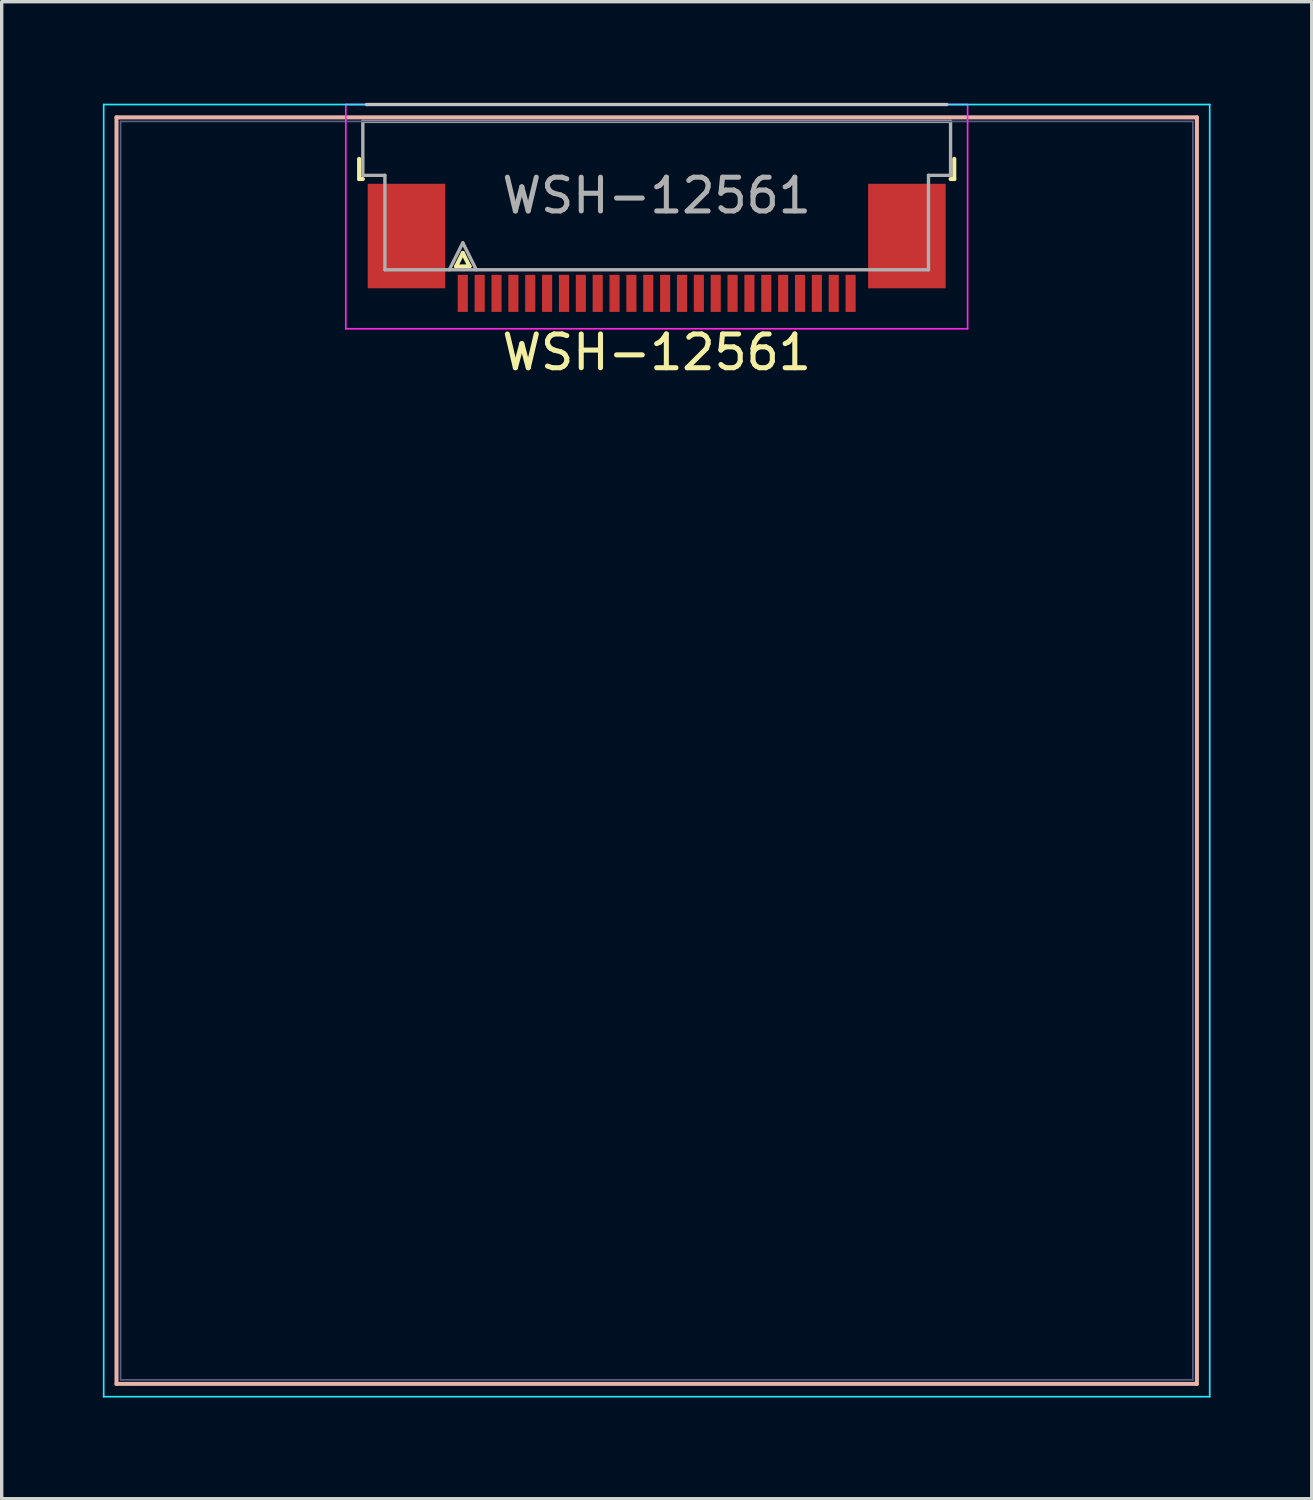
<source format=kicad_pcb>
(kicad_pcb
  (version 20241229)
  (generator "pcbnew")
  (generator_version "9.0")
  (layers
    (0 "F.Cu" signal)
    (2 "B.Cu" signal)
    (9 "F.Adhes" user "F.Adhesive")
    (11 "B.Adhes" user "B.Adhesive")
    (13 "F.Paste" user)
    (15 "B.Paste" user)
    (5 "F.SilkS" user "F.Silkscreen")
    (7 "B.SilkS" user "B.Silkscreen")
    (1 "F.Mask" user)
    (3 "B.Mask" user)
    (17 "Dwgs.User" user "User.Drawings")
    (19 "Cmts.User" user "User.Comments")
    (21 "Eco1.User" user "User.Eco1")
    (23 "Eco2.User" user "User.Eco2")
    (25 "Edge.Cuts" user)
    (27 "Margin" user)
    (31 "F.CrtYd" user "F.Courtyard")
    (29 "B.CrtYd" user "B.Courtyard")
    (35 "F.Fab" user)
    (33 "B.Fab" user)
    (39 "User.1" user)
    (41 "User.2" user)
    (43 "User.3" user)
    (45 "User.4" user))
  (footprint "WSH-12561"
    (layer "F.Cu")
    (at 16.425 18.8)
    (property "Reference" "WSH-12561" (at 0 -11.4 180) (layer "F.SilkS") (effects (font (size 1 1) (thickness 0.15))))
    (attr smd)
    (fp_line (start -8.825 -16.54) (end -8.825 -17.14) (stroke (width 0.12) (type solid)) (layer "F.SilkS"))
    (fp_line (start -8.715 -16.54) (end -8.825 -16.54) (stroke (width 0.12) (type solid)) (layer "F.SilkS"))
    (fp_line (start -5.95 -13.95) (end -5.55 -13.95) (stroke (width 0.12) (type solid)) (layer "F.SilkS"))
    (fp_line (start -5.75 -14.35) (end -5.95 -13.95) (stroke (width 0.12) (type solid)) (layer "F.SilkS"))
    (fp_line (start -5.55 -13.95) (end -5.75 -14.35) (stroke (width 0.12) (type solid)) (layer "F.SilkS"))
    (fp_line (start 8.715 -16.54) (end 8.825 -16.54) (stroke (width 0.12) (type solid)) (layer "F.SilkS"))
    (fp_line (start 8.825 -16.54) (end 8.825 -17.14) (stroke (width 0.12) (type solid)) (layer "F.SilkS"))
    (fp_line (start -16.02 -18.37) (end -16.02 19.19) (stroke (width 0.12) (type solid)) (layer "B.SilkS"))
    (fp_line (start 16.02 -18.37) (end -16.02 -18.37) (stroke (width 0.12) (type solid)) (layer "B.SilkS"))
    (fp_line (start 16.02 19.19) (end -16.02 19.19) (stroke (width 0.12) (type solid)) (layer "B.SilkS"))
    (fp_line (start 16.02 19.19) (end 16.02 -18.37) (stroke (width 0.12) (type solid)) (layer "B.SilkS"))
    (fp_line (start -8.605 -18.75) (end 8.605 -18.75) (stroke (width 0.1) (type solid)) (layer "Dwgs.User"))
    (fp_line (start -16.4 -18.75) (end -16.4 19.57) (stroke (width 0.05) (type solid)) (layer "B.CrtYd"))
    (fp_line (start 16.4 -18.75) (end -16.4 -18.75) (stroke (width 0.05) (type solid)) (layer "B.CrtYd"))
    (fp_line (start 16.4 19.57) (end -16.4 19.57) (stroke (width 0.05) (type solid)) (layer "B.CrtYd"))
    (fp_line (start 16.4 19.57) (end 16.4 -18.75) (stroke (width 0.05) (type solid)) (layer "B.CrtYd"))
    (fp_line (start -9.22 -18.75) (end -9.22 -12.1) (stroke (width 0.05) (type solid)) (layer "F.CrtYd"))
    (fp_line (start -9.22 -12.1) (end 9.22 -12.1) (stroke (width 0.05) (type solid)) (layer "F.CrtYd"))
    (fp_line (start 9.22 -18.75) (end -9.22 -18.75) (stroke (width 0.05) (type solid)) (layer "F.CrtYd"))
    (fp_line (start 9.22 -12.1) (end 9.22 -18.75) (stroke (width 0.05) (type solid)) (layer "F.CrtYd"))
    (fp_line (start -15.9 -18.25) (end -15.9 19.07) (stroke (width 0.05) (type solid)) (layer "B.Fab"))
    (fp_line (start 15.9 -18.25) (end -15.9 -18.25) (stroke (width 0.05) (type solid)) (layer "B.Fab"))
    (fp_line (start 15.9 19.07) (end -15.9 19.07) (stroke (width 0.05) (type solid)) (layer "B.Fab"))
    (fp_line (start 15.9 19.07) (end 15.9 -18.25) (stroke (width 0.05) (type solid)) (layer "B.Fab"))
    (fp_line (start -8.715 -18.25) (end 8.715 -18.25) (stroke (width 0.1) (type solid)) (layer "F.Fab"))
    (fp_line (start -8.715 -16.65) (end -8.715 -18.25) (stroke (width 0.1) (type solid)) (layer "F.Fab"))
    (fp_line (start -8.06 -16.65) (end -8.715 -16.65) (stroke (width 0.1) (type solid)) (layer "F.Fab"))
    (fp_line (start -8.06 -13.85) (end -8.06 -16.65) (stroke (width 0.1) (type solid)) (layer "F.Fab"))
    (fp_line (start -5.75 -14.65) (end -6.15 -13.85) (stroke (width 0.1) (type solid)) (layer "F.Fab"))
    (fp_line (start -5.35 -13.85) (end -5.75 -14.65) (stroke (width 0.1) (type solid)) (layer "F.Fab"))
    (fp_line (start 8.06 -16.65) (end 8.06 -13.85) (stroke (width 0.1) (type solid)) (layer "F.Fab"))
    (fp_line (start 8.06 -13.85) (end -8.06 -13.85) (stroke (width 0.1) (type solid)) (layer "F.Fab"))
    (fp_line (start 8.715 -18.25) (end 8.715 -16.65) (stroke (width 0.1) (type solid)) (layer "F.Fab"))
    (fp_line (start 8.715 -16.65) (end 8.06 -16.65) (stroke (width 0.1) (type solid)) (layer "F.Fab"))
    (fp_text user "${REFERENCE}" (at 0 -16.05 180) (layer "F.Fab") (effects (font (size 1 1) (thickness 0.15))))
    (pad "1" smd rect (at -5.75 -13.15 180) (size 0.3 1.1) (layers "F.Cu" "F.Mask" "F.Paste"))
    (pad "2" smd rect (at -5.25 -13.15 180) (size 0.3 1.1) (layers "F.Cu" "F.Mask" "F.Paste"))
    (pad "3" smd rect (at -4.75 -13.15 180) (size 0.3 1.1) (layers "F.Cu" "F.Mask" "F.Paste"))
    (pad "4" smd rect (at -4.25 -13.15 180) (size 0.3 1.1) (layers "F.Cu" "F.Mask" "F.Paste"))
    (pad "5" smd rect (at -3.75 -13.15 180) (size 0.3 1.1) (layers "F.Cu" "F.Mask" "F.Paste"))
    (pad "6" smd rect (at -3.25 -13.15 180) (size 0.3 1.1) (layers "F.Cu" "F.Mask" "F.Paste"))
    (pad "7" smd rect (at -2.75 -13.15 180) (size 0.3 1.1) (layers "F.Cu" "F.Mask" "F.Paste"))
    (pad "8" smd rect (at -2.25 -13.15 180) (size 0.3 1.1) (layers "F.Cu" "F.Mask" "F.Paste"))
    (pad "9" smd rect (at -1.75 -13.15 180) (size 0.3 1.1) (layers "F.Cu" "F.Mask" "F.Paste"))
    (pad "10" smd rect (at -1.25 -13.15 180) (size 0.3 1.1) (layers "F.Cu" "F.Mask" "F.Paste"))
    (pad "11" smd rect (at -0.75 -13.15 180) (size 0.3 1.1) (layers "F.Cu" "F.Mask" "F.Paste"))
    (pad "12" smd rect (at -0.25 -13.15 180) (size 0.3 1.1) (layers "F.Cu" "F.Mask" "F.Paste"))
    (pad "13" smd rect (at 0.25 -13.15 180) (size 0.3 1.1) (layers "F.Cu" "F.Mask" "F.Paste"))
    (pad "14" smd rect (at 0.75 -13.15 180) (size 0.3 1.1) (layers "F.Cu" "F.Mask" "F.Paste"))
    (pad "15" smd rect (at 1.25 -13.15 180) (size 0.3 1.1) (layers "F.Cu" "F.Mask" "F.Paste"))
    (pad "16" smd rect (at 1.75 -13.15 180) (size 0.3 1.1) (layers "F.Cu" "F.Mask" "F.Paste"))
    (pad "17" smd rect (at 2.25 -13.15 180) (size 0.3 1.1) (layers "F.Cu" "F.Mask" "F.Paste"))
    (pad "18" smd rect (at 2.75 -13.15 180) (size 0.3 1.1) (layers "F.Cu" "F.Mask" "F.Paste"))
    (pad "19" smd rect (at 3.25 -13.15 180) (size 0.3 1.1) (layers "F.Cu" "F.Mask" "F.Paste"))
    (pad "20" smd rect (at 3.75 -13.15 180) (size 0.3 1.1) (layers "F.Cu" "F.Mask" "F.Paste"))
    (pad "21" smd rect (at 4.25 -13.15 180) (size 0.3 1.1) (layers "F.Cu" "F.Mask" "F.Paste"))
    (pad "22" smd rect (at 4.75 -13.15 180) (size 0.3 1.1) (layers "F.Cu" "F.Mask" "F.Paste"))
    (pad "23" smd rect (at 5.25 -13.15 180) (size 0.3 1.1) (layers "F.Cu" "F.Mask" "F.Paste"))
    (pad "24" smd rect (at 5.75 -13.15 180) (size 0.3 1.1) (layers "F.Cu" "F.Mask" "F.Paste"))
    (pad "MP" smd rect (at -7.42 -14.85 180) (size 2.3 3.1) (layers "F.Cu" "F.Mask" "F.Paste"))
    (pad "MP" smd rect (at 7.42 -14.85 180) (size 2.3 3.1) (layers "F.Cu" "F.Mask" "F.Paste")))
  (gr_rect
    (start -3 -3)
    (end 35.85 41.395)
    (stroke (width 0.1) (type default))
    (fill no)
    (layer "Edge.Cuts")))
</source>
